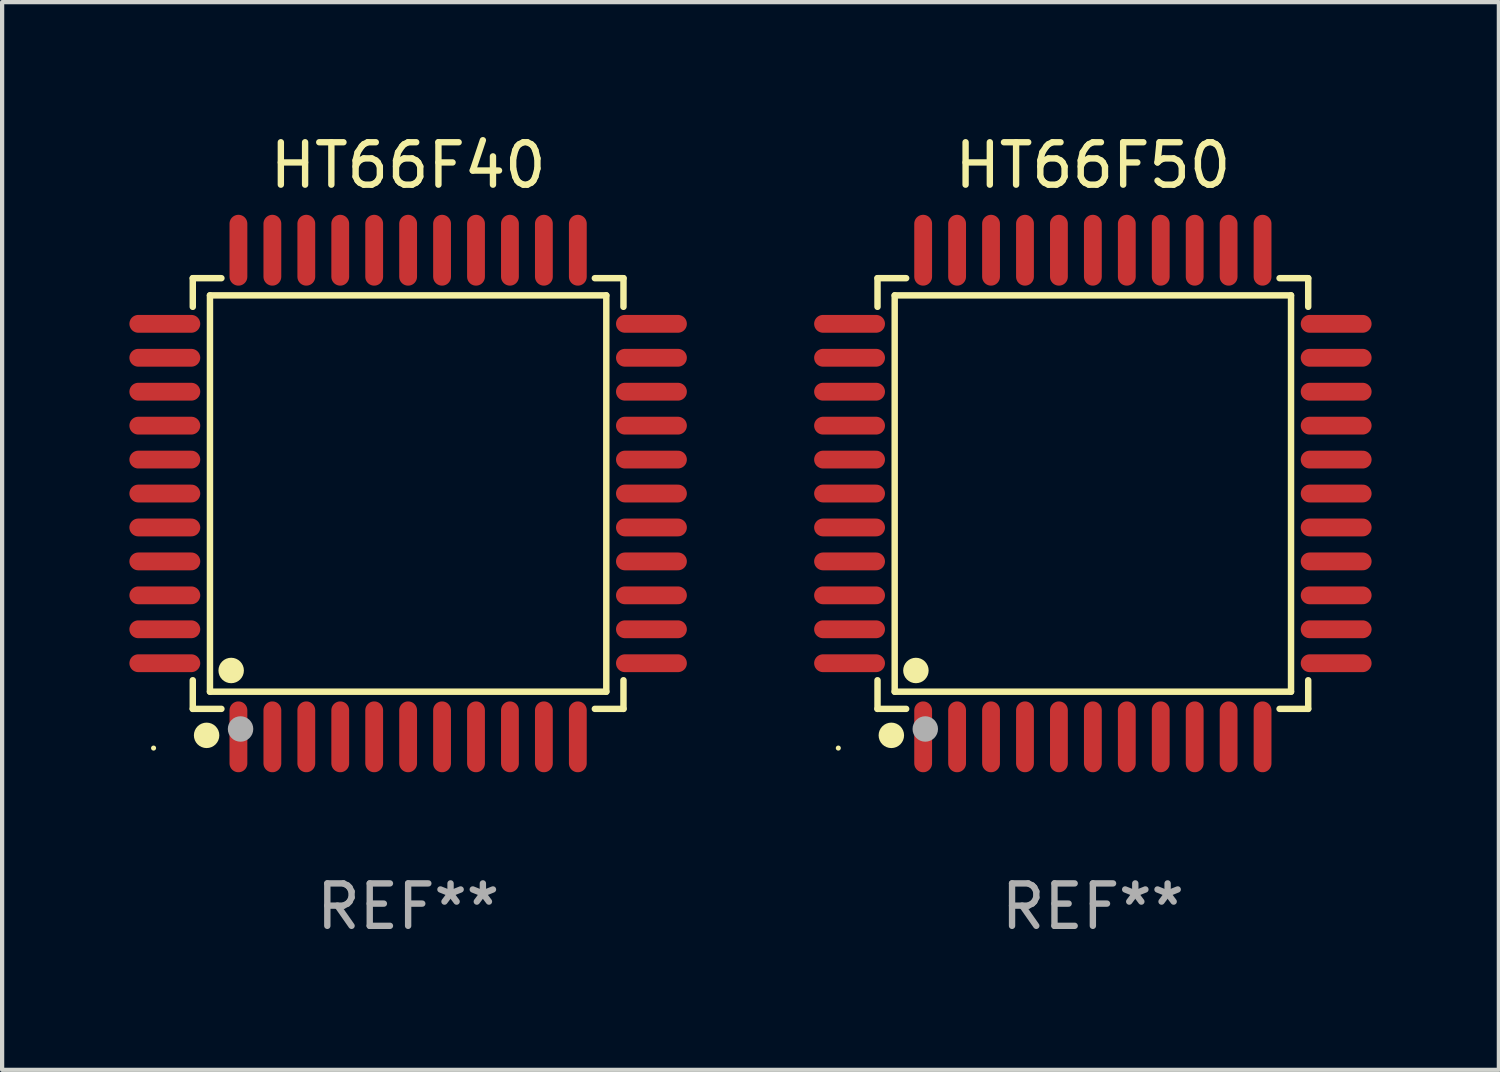
<source format=kicad_pcb>
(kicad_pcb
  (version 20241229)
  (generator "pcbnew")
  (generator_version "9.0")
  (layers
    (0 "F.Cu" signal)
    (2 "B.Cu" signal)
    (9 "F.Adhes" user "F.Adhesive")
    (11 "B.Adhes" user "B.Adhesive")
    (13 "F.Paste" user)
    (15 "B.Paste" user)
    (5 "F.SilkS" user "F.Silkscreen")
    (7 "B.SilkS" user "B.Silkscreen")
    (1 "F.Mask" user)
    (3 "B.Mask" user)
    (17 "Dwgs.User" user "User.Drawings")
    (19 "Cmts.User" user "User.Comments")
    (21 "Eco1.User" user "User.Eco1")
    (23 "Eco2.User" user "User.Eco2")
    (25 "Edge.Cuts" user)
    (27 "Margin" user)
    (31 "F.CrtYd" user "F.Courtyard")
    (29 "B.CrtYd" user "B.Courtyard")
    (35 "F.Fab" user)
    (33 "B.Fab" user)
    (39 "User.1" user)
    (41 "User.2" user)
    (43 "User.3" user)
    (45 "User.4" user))
  (footprint "HT66F40"
    (layer "F.Cu")
    (at 6.57 8.583)
    (property "Reference" "HT66F40" (at 0 -7.735 0) (layer "F.SilkS") (effects (font (size 1 1) (thickness 0.15))))
    (attr through_hole)
    (fp_line (start -5.076 -5.076) (end -4.401 -5.076) (stroke (width 0.152) (type solid)) (layer "F.SilkS"))
    (fp_line (start -5.076 -4.401) (end -5.076 -5.076) (stroke (width 0.152) (type solid)) (layer "F.SilkS"))
    (fp_line (start -5.076 4.401) (end -5.076 5.076) (stroke (width 0.152) (type solid)) (layer "F.SilkS"))
    (fp_line (start -5.076 5.076) (end -4.401 5.076) (stroke (width 0.152) (type solid)) (layer "F.SilkS"))
    (fp_line (start -4.671 -4.671) (end 4.671 -4.671) (stroke (width 0.152) (type solid)) (layer "F.SilkS"))
    (fp_line (start -4.671 4.671) (end -4.671 -4.671) (stroke (width 0.152) (type solid)) (layer "F.SilkS"))
    (fp_line (start 4.671 -4.671) (end 4.671 4.671) (stroke (width 0.152) (type solid)) (layer "F.SilkS"))
    (fp_line (start 4.671 4.671) (end -4.671 4.671) (stroke (width 0.152) (type solid)) (layer "F.SilkS"))
    (fp_line (start 5.076 -5.076) (end 4.401 -5.076) (stroke (width 0.152) (type solid)) (layer "F.SilkS"))
    (fp_line (start 5.076 -4.401) (end 5.076 -5.076) (stroke (width 0.152) (type solid)) (layer "F.SilkS"))
    (fp_line (start 5.076 4.401) (end 5.076 5.076) (stroke (width 0.152) (type solid)) (layer "F.SilkS"))
    (fp_line (start 5.076 5.076) (end 4.401 5.076) (stroke (width 0.152) (type solid)) (layer "F.SilkS"))
    (fp_circle (center -6 6) (end -5.97 6) (stroke (width 0.06) (type solid)) (fill no) (layer "F.SilkS"))
    (fp_circle (center -4.75 5.7) (end -4.6 5.7) (stroke (width 0.3) (type solid)) (fill no) (layer "F.SilkS"))
    (fp_circle (center -4.171 4.171) (end -4.021 4.171) (stroke (width 0.3) (type solid)) (fill no) (layer "F.SilkS"))
    (fp_circle (center -3.95 5.55) (end -3.8 5.55) (stroke (width 0.3) (type solid)) (fill no) (layer "F.Fab"))
    (fp_text user "REF**" (at 0 9.735 0) (layer "F.Fab") (effects (font (size 1 1) (thickness 0.15))))
    (pad "1" smd oval (at -4 5.735) (size 0.42 1.67) (layers "F.Cu" "F.Mask" "F.Paste"))
    (pad "2" smd oval (at -3.2 5.735) (size 0.42 1.67) (layers "F.Cu" "F.Mask" "F.Paste"))
    (pad "3" smd oval (at -2.4 5.735) (size 0.42 1.67) (layers "F.Cu" "F.Mask" "F.Paste"))
    (pad "4" smd oval (at -1.6 5.735) (size 0.42 1.67) (layers "F.Cu" "F.Mask" "F.Paste"))
    (pad "5" smd oval (at -0.8 5.735) (size 0.42 1.67) (layers "F.Cu" "F.Mask" "F.Paste"))
    (pad "6" smd oval (at 0 5.735) (size 0.42 1.67) (layers "F.Cu" "F.Mask" "F.Paste"))
    (pad "7" smd oval (at 0.8 5.735) (size 0.42 1.67) (layers "F.Cu" "F.Mask" "F.Paste"))
    (pad "8" smd oval (at 1.6 5.735) (size 0.42 1.67) (layers "F.Cu" "F.Mask" "F.Paste"))
    (pad "9" smd oval (at 2.4 5.735) (size 0.42 1.67) (layers "F.Cu" "F.Mask" "F.Paste"))
    (pad "10" smd oval (at 3.2 5.735) (size 0.42 1.67) (layers "F.Cu" "F.Mask" "F.Paste"))
    (pad "11" smd oval (at 4 5.735) (size 0.42 1.67) (layers "F.Cu" "F.Mask" "F.Paste"))
    (pad "12" smd oval (at 5.735 4) (size 1.67 0.42) (layers "F.Cu" "F.Mask" "F.Paste"))
    (pad "13" smd oval (at 5.735 3.2) (size 1.67 0.42) (layers "F.Cu" "F.Mask" "F.Paste"))
    (pad "14" smd oval (at 5.735 2.4) (size 1.67 0.42) (layers "F.Cu" "F.Mask" "F.Paste"))
    (pad "15" smd oval (at 5.735 1.6) (size 1.67 0.42) (layers "F.Cu" "F.Mask" "F.Paste"))
    (pad "16" smd oval (at 5.735 0.8) (size 1.67 0.42) (layers "F.Cu" "F.Mask" "F.Paste"))
    (pad "17" smd oval (at 5.735 0) (size 1.67 0.42) (layers "F.Cu" "F.Mask" "F.Paste"))
    (pad "18" smd oval (at 5.735 -0.8) (size 1.67 0.42) (layers "F.Cu" "F.Mask" "F.Paste"))
    (pad "19" smd oval (at 5.735 -1.6) (size 1.67 0.42) (layers "F.Cu" "F.Mask" "F.Paste"))
    (pad "20" smd oval (at 5.735 -2.4) (size 1.67 0.42) (layers "F.Cu" "F.Mask" "F.Paste"))
    (pad "21" smd oval (at 5.735 -3.2) (size 1.67 0.42) (layers "F.Cu" "F.Mask" "F.Paste"))
    (pad "22" smd oval (at 5.735 -4) (size 1.67 0.42) (layers "F.Cu" "F.Mask" "F.Paste"))
    (pad "23" smd oval (at 4 -5.735) (size 0.42 1.67) (layers "F.Cu" "F.Mask" "F.Paste"))
    (pad "24" smd oval (at 3.2 -5.735) (size 0.42 1.67) (layers "F.Cu" "F.Mask" "F.Paste"))
    (pad "25" smd oval (at 2.4 -5.735) (size 0.42 1.67) (layers "F.Cu" "F.Mask" "F.Paste"))
    (pad "26" smd oval (at 1.6 -5.735) (size 0.42 1.67) (layers "F.Cu" "F.Mask" "F.Paste"))
    (pad "27" smd oval (at 0.8 -5.735) (size 0.42 1.67) (layers "F.Cu" "F.Mask" "F.Paste"))
    (pad "28" smd oval (at 0 -5.735) (size 0.42 1.67) (layers "F.Cu" "F.Mask" "F.Paste"))
    (pad "29" smd oval (at -0.8 -5.735) (size 0.42 1.67) (layers "F.Cu" "F.Mask" "F.Paste"))
    (pad "30" smd oval (at -1.6 -5.735) (size 0.42 1.67) (layers "F.Cu" "F.Mask" "F.Paste"))
    (pad "31" smd oval (at -2.4 -5.735) (size 0.42 1.67) (layers "F.Cu" "F.Mask" "F.Paste"))
    (pad "32" smd oval (at -3.2 -5.735) (size 0.42 1.67) (layers "F.Cu" "F.Mask" "F.Paste"))
    (pad "33" smd oval (at -4 -5.735) (size 0.42 1.67) (layers "F.Cu" "F.Mask" "F.Paste"))
    (pad "34" smd oval (at -5.735 -4) (size 1.67 0.42) (layers "F.Cu" "F.Mask" "F.Paste"))
    (pad "35" smd oval (at -5.735 -3.2) (size 1.67 0.42) (layers "F.Cu" "F.Mask" "F.Paste"))
    (pad "36" smd oval (at -5.735 -2.4) (size 1.67 0.42) (layers "F.Cu" "F.Mask" "F.Paste"))
    (pad "37" smd oval (at -5.735 -1.6) (size 1.67 0.42) (layers "F.Cu" "F.Mask" "F.Paste"))
    (pad "38" smd oval (at -5.735 -0.8) (size 1.67 0.42) (layers "F.Cu" "F.Mask" "F.Paste"))
    (pad "39" smd oval (at -5.735 0) (size 1.67 0.42) (layers "F.Cu" "F.Mask" "F.Paste"))
    (pad "40" smd oval (at -5.735 0.8) (size 1.67 0.42) (layers "F.Cu" "F.Mask" "F.Paste"))
    (pad "41" smd oval (at -5.735 1.6) (size 1.67 0.42) (layers "F.Cu" "F.Mask" "F.Paste"))
    (pad "42" smd oval (at -5.735 2.4) (size 1.67 0.42) (layers "F.Cu" "F.Mask" "F.Paste"))
    (pad "43" smd oval (at -5.735 3.2) (size 1.67 0.42) (layers "F.Cu" "F.Mask" "F.Paste"))
    (pad "44" smd oval (at -5.735 4) (size 1.67 0.42) (layers "F.Cu" "F.Mask" "F.Paste")))
  (footprint "HT66F50"
    (layer "F.Cu")
    (at 22.71 8.583)
    (property "Reference" "HT66F50" (at 0 -7.735 0) (layer "F.SilkS") (effects (font (size 1 1) (thickness 0.15))))
    (attr through_hole)
    (fp_line (start -5.076 -5.076) (end -4.401 -5.076) (stroke (width 0.152) (type solid)) (layer "F.SilkS"))
    (fp_line (start -5.076 -4.401) (end -5.076 -5.076) (stroke (width 0.152) (type solid)) (layer "F.SilkS"))
    (fp_line (start -5.076 4.401) (end -5.076 5.076) (stroke (width 0.152) (type solid)) (layer "F.SilkS"))
    (fp_line (start -5.076 5.076) (end -4.401 5.076) (stroke (width 0.152) (type solid)) (layer "F.SilkS"))
    (fp_line (start -4.671 -4.671) (end 4.671 -4.671) (stroke (width 0.152) (type solid)) (layer "F.SilkS"))
    (fp_line (start -4.671 4.671) (end -4.671 -4.671) (stroke (width 0.152) (type solid)) (layer "F.SilkS"))
    (fp_line (start 4.671 -4.671) (end 4.671 4.671) (stroke (width 0.152) (type solid)) (layer "F.SilkS"))
    (fp_line (start 4.671 4.671) (end -4.671 4.671) (stroke (width 0.152) (type solid)) (layer "F.SilkS"))
    (fp_line (start 5.076 -5.076) (end 4.401 -5.076) (stroke (width 0.152) (type solid)) (layer "F.SilkS"))
    (fp_line (start 5.076 -4.401) (end 5.076 -5.076) (stroke (width 0.152) (type solid)) (layer "F.SilkS"))
    (fp_line (start 5.076 4.401) (end 5.076 5.076) (stroke (width 0.152) (type solid)) (layer "F.SilkS"))
    (fp_line (start 5.076 5.076) (end 4.401 5.076) (stroke (width 0.152) (type solid)) (layer "F.SilkS"))
    (fp_circle (center -6 6) (end -5.97 6) (stroke (width 0.06) (type solid)) (fill no) (layer "F.SilkS"))
    (fp_circle (center -4.75 5.7) (end -4.6 5.7) (stroke (width 0.3) (type solid)) (fill no) (layer "F.SilkS"))
    (fp_circle (center -4.171 4.171) (end -4.021 4.171) (stroke (width 0.3) (type solid)) (fill no) (layer "F.SilkS"))
    (fp_circle (center -3.95 5.55) (end -3.8 5.55) (stroke (width 0.3) (type solid)) (fill no) (layer "F.Fab"))
    (fp_text user "REF**" (at 0 9.735 0) (layer "F.Fab") (effects (font (size 1 1) (thickness 0.15))))
    (pad "1" smd oval (at -4 5.735) (size 0.42 1.67) (layers "F.Cu" "F.Mask" "F.Paste"))
    (pad "2" smd oval (at -3.2 5.735) (size 0.42 1.67) (layers "F.Cu" "F.Mask" "F.Paste"))
    (pad "3" smd oval (at -2.4 5.735) (size 0.42 1.67) (layers "F.Cu" "F.Mask" "F.Paste"))
    (pad "4" smd oval (at -1.6 5.735) (size 0.42 1.67) (layers "F.Cu" "F.Mask" "F.Paste"))
    (pad "5" smd oval (at -0.8 5.735) (size 0.42 1.67) (layers "F.Cu" "F.Mask" "F.Paste"))
    (pad "6" smd oval (at 0 5.735) (size 0.42 1.67) (layers "F.Cu" "F.Mask" "F.Paste"))
    (pad "7" smd oval (at 0.8 5.735) (size 0.42 1.67) (layers "F.Cu" "F.Mask" "F.Paste"))
    (pad "8" smd oval (at 1.6 5.735) (size 0.42 1.67) (layers "F.Cu" "F.Mask" "F.Paste"))
    (pad "9" smd oval (at 2.4 5.735) (size 0.42 1.67) (layers "F.Cu" "F.Mask" "F.Paste"))
    (pad "10" smd oval (at 3.2 5.735) (size 0.42 1.67) (layers "F.Cu" "F.Mask" "F.Paste"))
    (pad "11" smd oval (at 4 5.735) (size 0.42 1.67) (layers "F.Cu" "F.Mask" "F.Paste"))
    (pad "12" smd oval (at 5.735 4) (size 1.67 0.42) (layers "F.Cu" "F.Mask" "F.Paste"))
    (pad "13" smd oval (at 5.735 3.2) (size 1.67 0.42) (layers "F.Cu" "F.Mask" "F.Paste"))
    (pad "14" smd oval (at 5.735 2.4) (size 1.67 0.42) (layers "F.Cu" "F.Mask" "F.Paste"))
    (pad "15" smd oval (at 5.735 1.6) (size 1.67 0.42) (layers "F.Cu" "F.Mask" "F.Paste"))
    (pad "16" smd oval (at 5.735 0.8) (size 1.67 0.42) (layers "F.Cu" "F.Mask" "F.Paste"))
    (pad "17" smd oval (at 5.735 0) (size 1.67 0.42) (layers "F.Cu" "F.Mask" "F.Paste"))
    (pad "18" smd oval (at 5.735 -0.8) (size 1.67 0.42) (layers "F.Cu" "F.Mask" "F.Paste"))
    (pad "19" smd oval (at 5.735 -1.6) (size 1.67 0.42) (layers "F.Cu" "F.Mask" "F.Paste"))
    (pad "20" smd oval (at 5.735 -2.4) (size 1.67 0.42) (layers "F.Cu" "F.Mask" "F.Paste"))
    (pad "21" smd oval (at 5.735 -3.2) (size 1.67 0.42) (layers "F.Cu" "F.Mask" "F.Paste"))
    (pad "22" smd oval (at 5.735 -4) (size 1.67 0.42) (layers "F.Cu" "F.Mask" "F.Paste"))
    (pad "23" smd oval (at 4 -5.735) (size 0.42 1.67) (layers "F.Cu" "F.Mask" "F.Paste"))
    (pad "24" smd oval (at 3.2 -5.735) (size 0.42 1.67) (layers "F.Cu" "F.Mask" "F.Paste"))
    (pad "25" smd oval (at 2.4 -5.735) (size 0.42 1.67) (layers "F.Cu" "F.Mask" "F.Paste"))
    (pad "26" smd oval (at 1.6 -5.735) (size 0.42 1.67) (layers "F.Cu" "F.Mask" "F.Paste"))
    (pad "27" smd oval (at 0.8 -5.735) (size 0.42 1.67) (layers "F.Cu" "F.Mask" "F.Paste"))
    (pad "28" smd oval (at 0 -5.735) (size 0.42 1.67) (layers "F.Cu" "F.Mask" "F.Paste"))
    (pad "29" smd oval (at -0.8 -5.735) (size 0.42 1.67) (layers "F.Cu" "F.Mask" "F.Paste"))
    (pad "30" smd oval (at -1.6 -5.735) (size 0.42 1.67) (layers "F.Cu" "F.Mask" "F.Paste"))
    (pad "31" smd oval (at -2.4 -5.735) (size 0.42 1.67) (layers "F.Cu" "F.Mask" "F.Paste"))
    (pad "32" smd oval (at -3.2 -5.735) (size 0.42 1.67) (layers "F.Cu" "F.Mask" "F.Paste"))
    (pad "33" smd oval (at -4 -5.735) (size 0.42 1.67) (layers "F.Cu" "F.Mask" "F.Paste"))
    (pad "34" smd oval (at -5.735 -4) (size 1.67 0.42) (layers "F.Cu" "F.Mask" "F.Paste"))
    (pad "35" smd oval (at -5.735 -3.2) (size 1.67 0.42) (layers "F.Cu" "F.Mask" "F.Paste"))
    (pad "36" smd oval (at -5.735 -2.4) (size 1.67 0.42) (layers "F.Cu" "F.Mask" "F.Paste"))
    (pad "37" smd oval (at -5.735 -1.6) (size 1.67 0.42) (layers "F.Cu" "F.Mask" "F.Paste"))
    (pad "38" smd oval (at -5.735 -0.8) (size 1.67 0.42) (layers "F.Cu" "F.Mask" "F.Paste"))
    (pad "39" smd oval (at -5.735 0) (size 1.67 0.42) (layers "F.Cu" "F.Mask" "F.Paste"))
    (pad "40" smd oval (at -5.735 0.8) (size 1.67 0.42) (layers "F.Cu" "F.Mask" "F.Paste"))
    (pad "41" smd oval (at -5.735 1.6) (size 1.67 0.42) (layers "F.Cu" "F.Mask" "F.Paste"))
    (pad "42" smd oval (at -5.735 2.4) (size 1.67 0.42) (layers "F.Cu" "F.Mask" "F.Paste"))
    (pad "43" smd oval (at -5.735 3.2) (size 1.67 0.42) (layers "F.Cu" "F.Mask" "F.Paste"))
    (pad "44" smd oval (at -5.735 4) (size 1.67 0.42) (layers "F.Cu" "F.Mask" "F.Paste")))
  (gr_rect
    (start -3 -3)
    (end 32.28 22.167)
    (stroke (width 0.1) (type default))
    (fill no)
    (layer "Edge.Cuts")))
</source>
